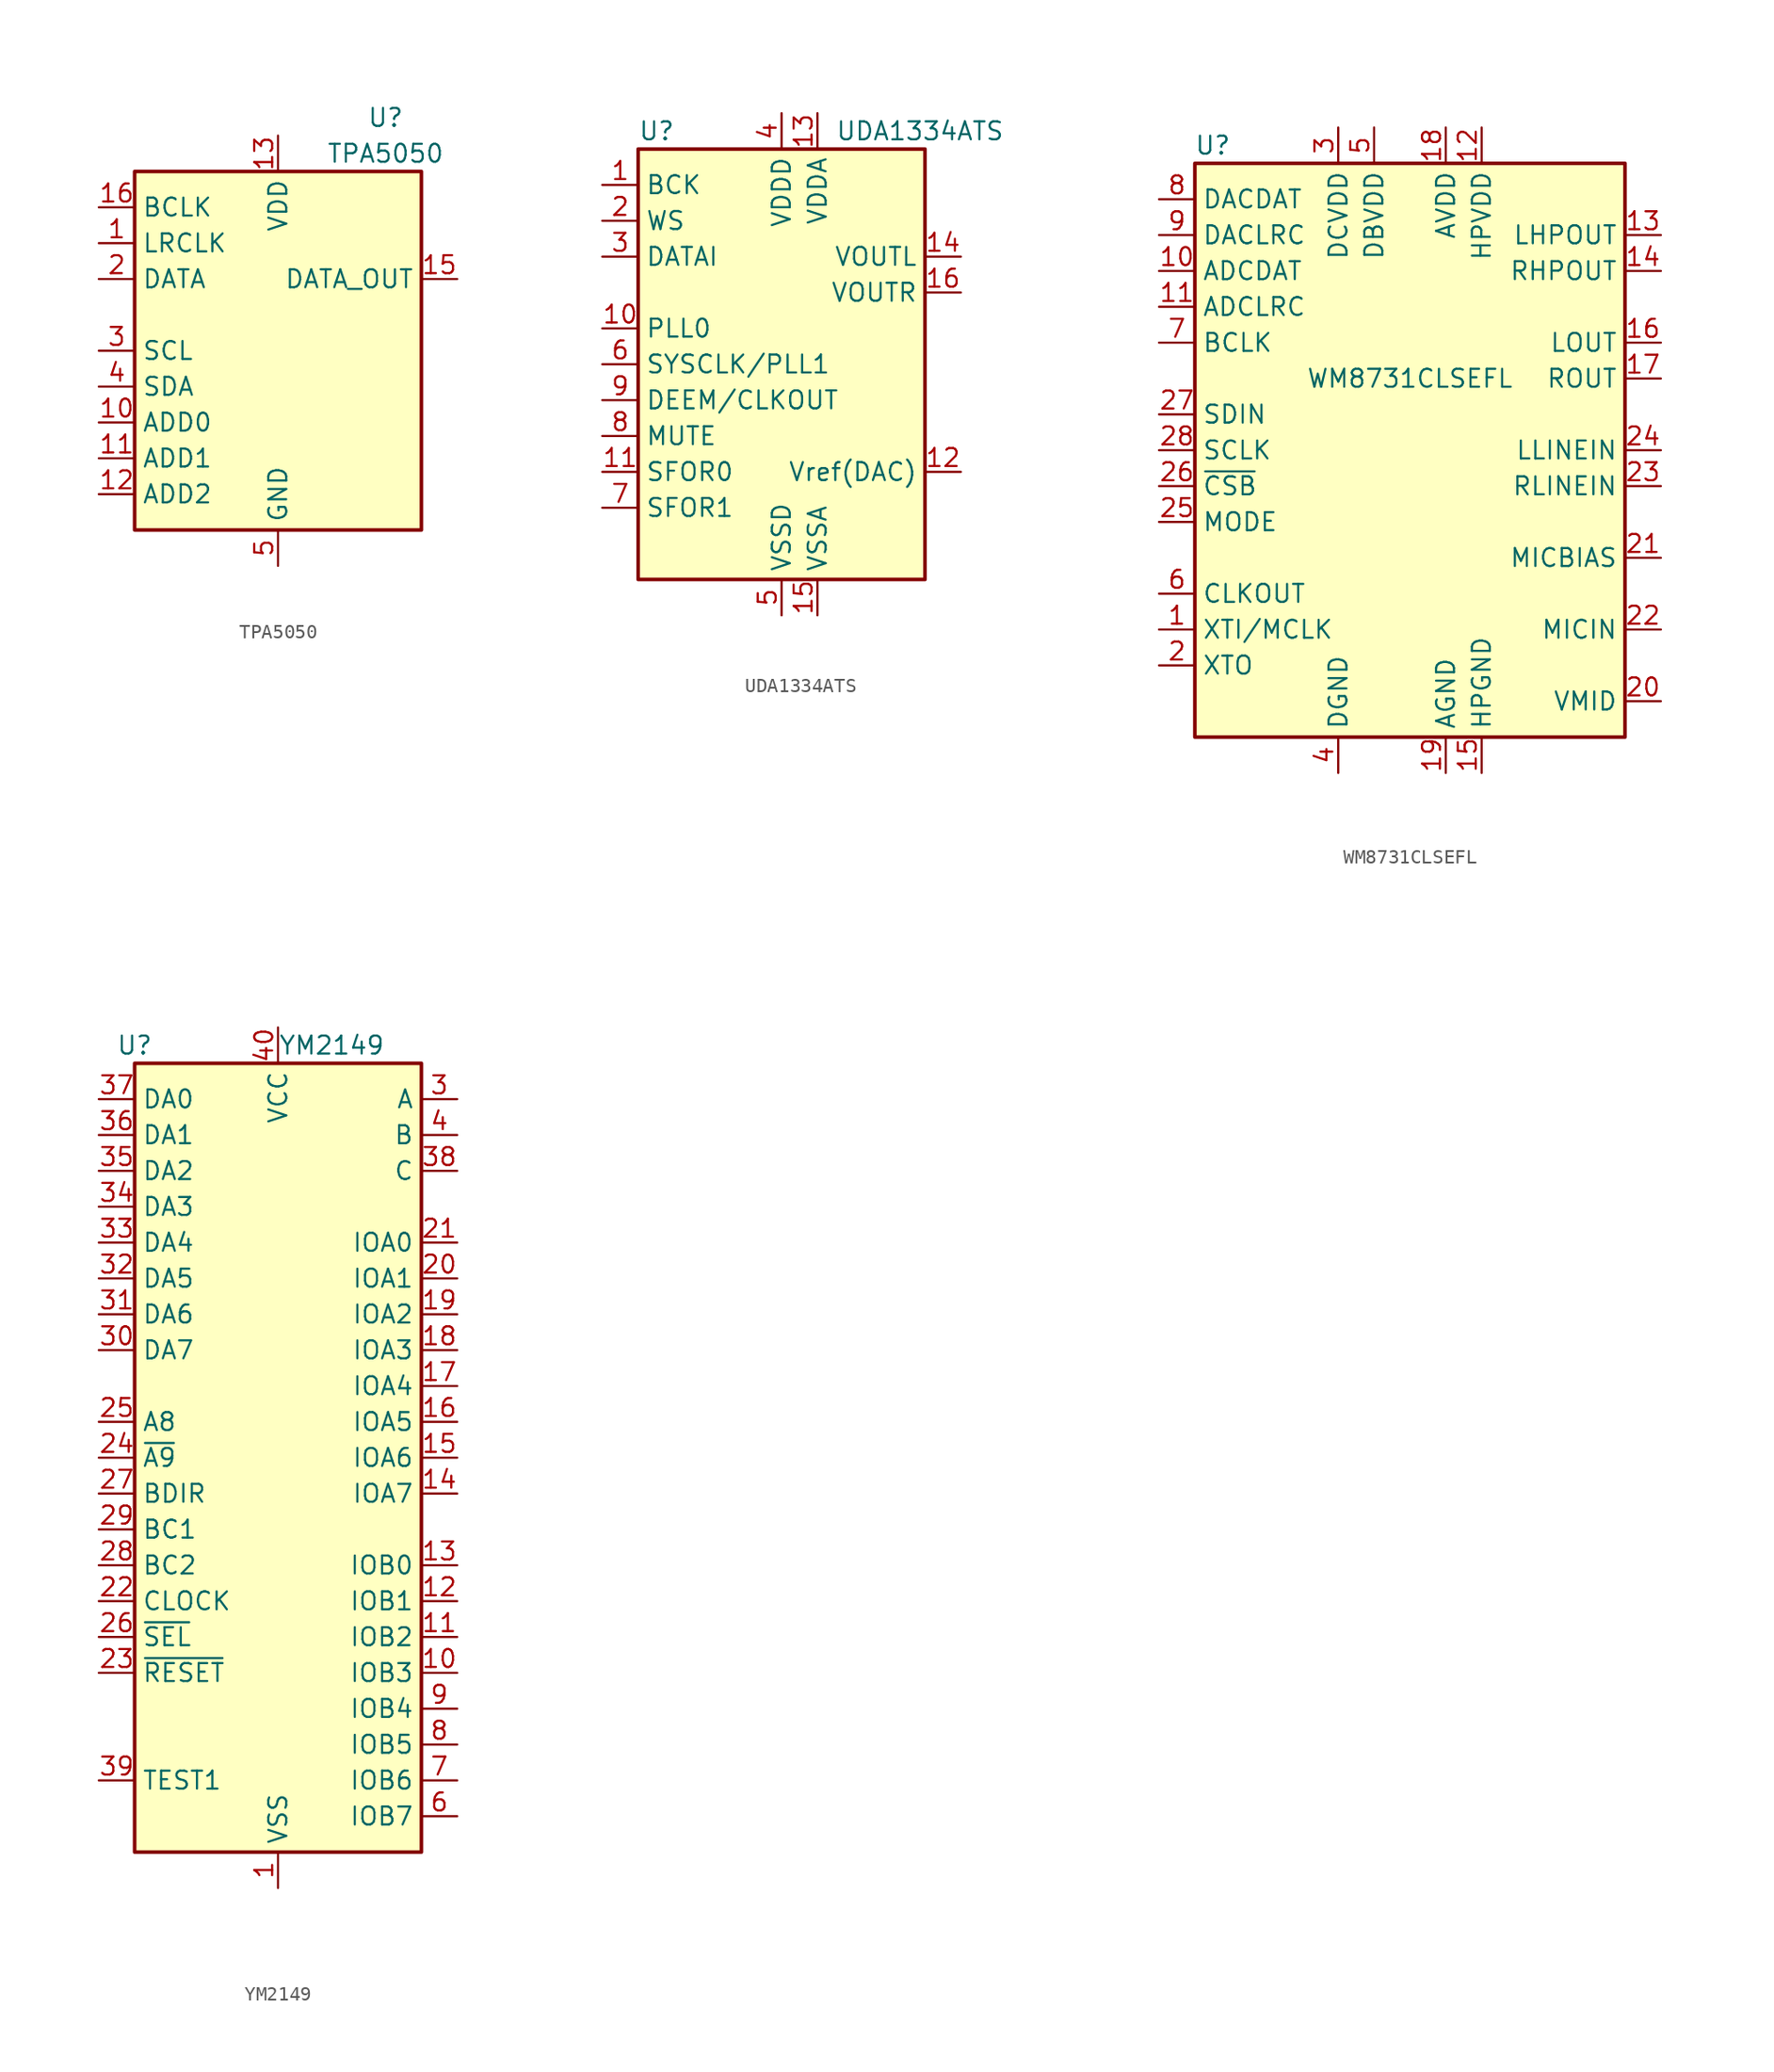
<source format=kicad_sym>
(kicad_symbol_lib
  (version 20231120)
  (generator "kicad_symbol_editor")
  (generator_version "8.0")
  (symbol "TPA5050"
    (property "Reference" "U"
      (at 7.62 16.51 0)
      (effects (font (size 1.27 1.27))))
    (property "Value" "TPA5050"
      (at 7.62 13.97 0)
      (effects (font (size 1.27 1.27))))
    (symbol "TPA5050_0_1"
      (rectangle (start -10.16 12.7) (end 10.16 -12.7) (stroke (width 0.254) (type solid)) (fill (type background))))
    (symbol "TPA5050_1_1"
      (pin input line (at -12.7 7.62 0) (length 2.54) (name "LRCLK" (effects (font (size 1.27 1.27)))) (number "1" (effects (font (size 1.27 1.27)))))
      (pin input line (at -12.7 -5.08 0) (length 2.54) (name "ADD0" (effects (font (size 1.27 1.27)))) (number "10" (effects (font (size 1.27 1.27)))))
      (pin input line (at -12.7 -7.62 0) (length 2.54) (name "ADD1" (effects (font (size 1.27 1.27)))) (number "11" (effects (font (size 1.27 1.27)))))
      (pin input line (at -12.7 -10.16 0) (length 2.54) (name "ADD2" (effects (font (size 1.27 1.27)))) (number "12" (effects (font (size 1.27 1.27)))))
      (pin power_in line (at 0 15.24 270) (length 2.54) (name "VDD" (effects (font (size 1.27 1.27)))) (number "13" (effects (font (size 1.27 1.27)))))
      (pin passive line (at 0 -15.24 90) (length 2.54) hide (name "GND" (effects (font (size 1.27 1.27)))) (number "14" (effects (font (size 1.27 1.27)))))
      (pin output line (at 12.7 5.08 180) (length 2.54) (name "DATA_OUT" (effects (font (size 1.27 1.27)))) (number "15" (effects (font (size 1.27 1.27)))))
      (pin input line (at -12.7 10.16 0) (length 2.54) (name "BCLK" (effects (font (size 1.27 1.27)))) (number "16" (effects (font (size 1.27 1.27)))))
      (pin passive line (at 0 -15.24 90) (length 2.54) hide (name "GND" (effects (font (size 1.27 1.27)))) (number "17" (effects (font (size 1.27 1.27)))))
      (pin input line (at -12.7 5.08 0) (length 2.54) (name "DATA" (effects (font (size 1.27 1.27)))) (number "2" (effects (font (size 1.27 1.27)))))
      (pin input line (at -12.7 0 0) (length 2.54) (name "SCL" (effects (font (size 1.27 1.27)))) (number "3" (effects (font (size 1.27 1.27)))))
      (pin bidirectional line (at -12.7 -2.54 0) (length 2.54) (name "SDA" (effects (font (size 1.27 1.27)))) (number "4" (effects (font (size 1.27 1.27)))))
      (pin power_in line (at 0 -15.24 90) (length 2.54) (name "GND" (effects (font (size 1.27 1.27)))) (number "5" (effects (font (size 1.27 1.27)))))
      (pin passive line (at 0 -15.24 90) (length 2.54) hide (name "GND" (effects (font (size 1.27 1.27)))) (number "6" (effects (font (size 1.27 1.27)))))
      (pin passive line (at 0 -15.24 90) (length 2.54) hide (name "GND" (effects (font (size 1.27 1.27)))) (number "7" (effects (font (size 1.27 1.27)))))
      (pin passive line (at 0 -15.24 90) (length 2.54) hide (name "GND" (effects (font (size 1.27 1.27)))) (number "8" (effects (font (size 1.27 1.27)))))
      (pin passive line (at 0 -15.24 90) (length 2.54) hide (name "GND" (effects (font (size 1.27 1.27)))) (number "9" (effects (font (size 1.27 1.27)))))))
  (symbol "UDA1334ATS"
    (property "Reference" "U"
      (at -10.16 16.51 0)
      (effects (font (size 1.27 1.27)) (justify left)))
    (property "Value" "UDA1334ATS"
      (at 3.81 16.51 0)
      (effects (font (size 1.27 1.27)) (justify left)))
    (symbol "UDA1334ATS_0_1"
      (rectangle (start -10.16 15.24) (end 10.16 -15.24) (stroke (width 0.254) (type solid)) (fill (type background))))
    (symbol "UDA1334ATS_1_1"
      (pin input line (at -12.7 12.7 0) (length 2.54) (name "BCK" (effects (font (size 1.27 1.27)))) (number "1" (effects (font (size 1.27 1.27)))))
      (pin input line (at -12.7 2.54 0) (length 2.54) (name "PLL0" (effects (font (size 1.27 1.27)))) (number "10" (effects (font (size 1.27 1.27)))))
      (pin input line (at -12.7 -7.62 0) (length 2.54) (name "SFOR0" (effects (font (size 1.27 1.27)))) (number "11" (effects (font (size 1.27 1.27)))))
      (pin passive line (at 12.7 -7.62 180) (length 2.54) (name "Vref(DAC)" (effects (font (size 1.27 1.27)))) (number "12" (effects (font (size 1.27 1.27)))))
      (pin power_in line (at 2.54 17.78 270) (length 2.54) (name "VDDA" (effects (font (size 1.27 1.27)))) (number "13" (effects (font (size 1.27 1.27)))))
      (pin output line (at 12.7 7.62 180) (length 2.54) (name "VOUTL" (effects (font (size 1.27 1.27)))) (number "14" (effects (font (size 1.27 1.27)))))
      (pin power_in line (at 2.54 -17.78 90) (length 2.54) (name "VSSA" (effects (font (size 1.27 1.27)))) (number "15" (effects (font (size 1.27 1.27)))))
      (pin output line (at 12.7 5.08 180) (length 2.54) (name "VOUTR" (effects (font (size 1.27 1.27)))) (number "16" (effects (font (size 1.27 1.27)))))
      (pin input line (at -12.7 10.16 0) (length 2.54) (name "WS" (effects (font (size 1.27 1.27)))) (number "2" (effects (font (size 1.27 1.27)))))
      (pin input line (at -12.7 7.62 0) (length 2.54) (name "DATAI" (effects (font (size 1.27 1.27)))) (number "3" (effects (font (size 1.27 1.27)))))
      (pin power_in line (at 0 17.78 270) (length 2.54) (name "VDDD" (effects (font (size 1.27 1.27)))) (number "4" (effects (font (size 1.27 1.27)))))
      (pin power_in line (at 0 -17.78 90) (length 2.54) (name "VSSD" (effects (font (size 1.27 1.27)))) (number "5" (effects (font (size 1.27 1.27)))))
      (pin input line (at -12.7 0 0) (length 2.54) (name "SYSCLK/PLL1" (effects (font (size 1.27 1.27)))) (number "6" (effects (font (size 1.27 1.27)))))
      (pin input line (at -12.7 -10.16 0) (length 2.54) (name "SFOR1" (effects (font (size 1.27 1.27)))) (number "7" (effects (font (size 1.27 1.27)))))
      (pin input line (at -12.7 -5.08 0) (length 2.54) (name "MUTE" (effects (font (size 1.27 1.27)))) (number "8" (effects (font (size 1.27 1.27)))))
      (pin bidirectional line (at -12.7 -2.54 0) (length 2.54) (name "DEEM/CLKOUT" (effects (font (size 1.27 1.27)))) (number "9" (effects (font (size 1.27 1.27)))))))
  (symbol "WM8731CLSEFL"
    (property "Reference" "U"
      (at -13.97 21.59 0)
      (effects (font (size 1.27 1.27))))
    (property "Value" "WM8731CLSEFL"
      (at 0 5.08 0)
      (effects (font (size 1.27 1.27))))
    (symbol "WM8731CLSEFL_0_1"
      (rectangle (start -15.24 20.32) (end 15.24 -20.32) (stroke (width 0.254) (type solid)) (fill (type background))))
    (symbol "WM8731CLSEFL_1_1"
      (pin input line (at -17.78 -12.7 0) (length 2.54) (name "XTI/MCLK" (effects (font (size 1.27 1.27)))) (number "1" (effects (font (size 1.27 1.27)))))
      (pin output line (at -17.78 12.7 0) (length 2.54) (name "ADCDAT" (effects (font (size 1.27 1.27)))) (number "10" (effects (font (size 1.27 1.27)))))
      (pin bidirectional line (at -17.78 10.16 0) (length 2.54) (name "ADCLRC" (effects (font (size 1.27 1.27)))) (number "11" (effects (font (size 1.27 1.27)))))
      (pin power_in line (at 5.08 22.86 270) (length 2.54) (name "HPVDD" (effects (font (size 1.27 1.27)))) (number "12" (effects (font (size 1.27 1.27)))))
      (pin output line (at 17.78 15.24 180) (length 2.54) (name "LHPOUT" (effects (font (size 1.27 1.27)))) (number "13" (effects (font (size 1.27 1.27)))))
      (pin output line (at 17.78 12.7 180) (length 2.54) (name "RHPOUT" (effects (font (size 1.27 1.27)))) (number "14" (effects (font (size 1.27 1.27)))))
      (pin power_in line (at 5.08 -22.86 90) (length 2.54) (name "HPGND" (effects (font (size 1.27 1.27)))) (number "15" (effects (font (size 1.27 1.27)))))
      (pin output line (at 17.78 7.62 180) (length 2.54) (name "LOUT" (effects (font (size 1.27 1.27)))) (number "16" (effects (font (size 1.27 1.27)))))
      (pin output line (at 17.78 5.08 180) (length 2.54) (name "ROUT" (effects (font (size 1.27 1.27)))) (number "17" (effects (font (size 1.27 1.27)))))
      (pin power_in line (at 2.54 22.86 270) (length 2.54) (name "AVDD" (effects (font (size 1.27 1.27)))) (number "18" (effects (font (size 1.27 1.27)))))
      (pin power_in line (at 2.54 -22.86 90) (length 2.54) (name "AGND" (effects (font (size 1.27 1.27)))) (number "19" (effects (font (size 1.27 1.27)))))
      (pin output line (at -17.78 -15.24 0) (length 2.54) (name "XTO" (effects (font (size 1.27 1.27)))) (number "2" (effects (font (size 1.27 1.27)))))
      (pin passive line (at 17.78 -17.78 180) (length 2.54) (name "VMID" (effects (font (size 1.27 1.27)))) (number "20" (effects (font (size 1.27 1.27)))))
      (pin output line (at 17.78 -7.62 180) (length 2.54) (name "MICBIAS" (effects (font (size 1.27 1.27)))) (number "21" (effects (font (size 1.27 1.27)))))
      (pin input line (at 17.78 -12.7 180) (length 2.54) (name "MICIN" (effects (font (size 1.27 1.27)))) (number "22" (effects (font (size 1.27 1.27)))))
      (pin input line (at 17.78 -2.54 180) (length 2.54) (name "RLINEIN" (effects (font (size 1.27 1.27)))) (number "23" (effects (font (size 1.27 1.27)))))
      (pin input line (at 17.78 0 180) (length 2.54) (name "LLINEIN" (effects (font (size 1.27 1.27)))) (number "24" (effects (font (size 1.27 1.27)))))
      (pin input line (at -17.78 -5.08 0) (length 2.54) (name "MODE" (effects (font (size 1.27 1.27)))) (number "25" (effects (font (size 1.27 1.27)))))
      (pin input line (at -17.78 -2.54 0) (length 2.54) (name "~{CSB}" (effects (font (size 1.27 1.27)))) (number "26" (effects (font (size 1.27 1.27)))))
      (pin bidirectional line (at -17.78 2.54 0) (length 2.54) (name "SDIN" (effects (font (size 1.27 1.27)))) (number "27" (effects (font (size 1.27 1.27)))))
      (pin input line (at -17.78 0 0) (length 2.54) (name "SCLK" (effects (font (size 1.27 1.27)))) (number "28" (effects (font (size 1.27 1.27)))))
      (pin passive line (at 2.54 -22.86 90) (length 2.54) hide (name "AGND" (effects (font (size 1.27 1.27)))) (number "29" (effects (font (size 1.27 1.27)))))
      (pin power_in line (at -5.08 22.86 270) (length 2.54) (name "DCVDD" (effects (font (size 1.27 1.27)))) (number "3" (effects (font (size 1.27 1.27)))))
      (pin power_in line (at -5.08 -22.86 90) (length 2.54) (name "DGND" (effects (font (size 1.27 1.27)))) (number "4" (effects (font (size 1.27 1.27)))))
      (pin power_in line (at -2.54 22.86 270) (length 2.54) (name "DBVDD" (effects (font (size 1.27 1.27)))) (number "5" (effects (font (size 1.27 1.27)))))
      (pin output line (at -17.78 -10.16 0) (length 2.54) (name "CLKOUT" (effects (font (size 1.27 1.27)))) (number "6" (effects (font (size 1.27 1.27)))))
      (pin bidirectional line (at -17.78 7.62 0) (length 2.54) (name "BCLK" (effects (font (size 1.27 1.27)))) (number "7" (effects (font (size 1.27 1.27)))))
      (pin input line (at -17.78 17.78 0) (length 2.54) (name "DACDAT" (effects (font (size 1.27 1.27)))) (number "8" (effects (font (size 1.27 1.27)))))
      (pin bidirectional line (at -17.78 15.24 0) (length 2.54) (name "DACLRC" (effects (font (size 1.27 1.27)))) (number "9" (effects (font (size 1.27 1.27)))))))
  (symbol "YM2149"
    (property "Reference" "U"
      (at -10.16 29.21 0)
      (effects (font (size 1.27 1.27))))
    (property "Value" "YM2149"
      (at 3.81 29.21 0)
      (effects (font (size 1.27 1.27))))
    (symbol "YM2149_0_1"
      (rectangle (start -10.16 27.94) (end 10.16 -27.94) (stroke (width 0.254) (type solid)) (fill (type background))))
    (symbol "YM2149_1_1"
      (pin power_in line (at 0 -30.48 90) (length 2.54) (name "VSS" (effects (font (size 1.27 1.27)))) (number "1" (effects (font (size 1.27 1.27)))))
      (pin bidirectional line (at 12.7 -15.24 180) (length 2.54) (name "IOB3" (effects (font (size 1.27 1.27)))) (number "10" (effects (font (size 1.27 1.27)))))
      (pin bidirectional line (at 12.7 -12.7 180) (length 2.54) (name "IOB2" (effects (font (size 1.27 1.27)))) (number "11" (effects (font (size 1.27 1.27)))))
      (pin bidirectional line (at 12.7 -10.16 180) (length 2.54) (name "IOB1" (effects (font (size 1.27 1.27)))) (number "12" (effects (font (size 1.27 1.27)))))
      (pin bidirectional line (at 12.7 -7.62 180) (length 2.54) (name "IOB0" (effects (font (size 1.27 1.27)))) (number "13" (effects (font (size 1.27 1.27)))))
      (pin bidirectional line (at 12.7 -2.54 180) (length 2.54) (name "IOA7" (effects (font (size 1.27 1.27)))) (number "14" (effects (font (size 1.27 1.27)))))
      (pin bidirectional line (at 12.7 0 180) (length 2.54) (name "IOA6" (effects (font (size 1.27 1.27)))) (number "15" (effects (font (size 1.27 1.27)))))
      (pin bidirectional line (at 12.7 2.54 180) (length 2.54) (name "IOA5" (effects (font (size 1.27 1.27)))) (number "16" (effects (font (size 1.27 1.27)))))
      (pin bidirectional line (at 12.7 5.08 180) (length 2.54) (name "IOA4" (effects (font (size 1.27 1.27)))) (number "17" (effects (font (size 1.27 1.27)))))
      (pin bidirectional line (at 12.7 7.62 180) (length 2.54) (name "IOA3" (effects (font (size 1.27 1.27)))) (number "18" (effects (font (size 1.27 1.27)))))
      (pin bidirectional line (at 12.7 10.16 180) (length 2.54) (name "IOA2" (effects (font (size 1.27 1.27)))) (number "19" (effects (font (size 1.27 1.27)))))
      (pin no_connect line (at -10.16 -17.78 0) (length 2.54) hide (name "NC" (effects (font (size 1.27 1.27)))) (number "2" (effects (font (size 1.27 1.27)))))
      (pin bidirectional line (at 12.7 12.7 180) (length 2.54) (name "IOA1" (effects (font (size 1.27 1.27)))) (number "20" (effects (font (size 1.27 1.27)))))
      (pin bidirectional line (at 12.7 15.24 180) (length 2.54) (name "IOA0" (effects (font (size 1.27 1.27)))) (number "21" (effects (font (size 1.27 1.27)))))
      (pin input line (at -12.7 -10.16 0) (length 2.54) (name "CLOCK" (effects (font (size 1.27 1.27)))) (number "22" (effects (font (size 1.27 1.27)))))
      (pin input line (at -12.7 -15.24 0) (length 2.54) (name "~{RESET}" (effects (font (size 1.27 1.27)))) (number "23" (effects (font (size 1.27 1.27)))))
      (pin input line (at -12.7 0 0) (length 2.54) (name "~{A9}" (effects (font (size 1.27 1.27)))) (number "24" (effects (font (size 1.27 1.27)))))
      (pin input line (at -12.7 2.54 0) (length 2.54) (name "A8" (effects (font (size 1.27 1.27)))) (number "25" (effects (font (size 1.27 1.27)))))
      (pin input line (at -12.7 -12.7 0) (length 2.54) (name "~{SEL}" (effects (font (size 1.27 1.27)))) (number "26" (effects (font (size 1.27 1.27)))))
      (pin input line (at -12.7 -2.54 0) (length 2.54) (name "BDIR" (effects (font (size 1.27 1.27)))) (number "27" (effects (font (size 1.27 1.27)))))
      (pin input line (at -12.7 -7.62 0) (length 2.54) (name "BC2" (effects (font (size 1.27 1.27)))) (number "28" (effects (font (size 1.27 1.27)))))
      (pin input line (at -12.7 -5.08 0) (length 2.54) (name "BC1" (effects (font (size 1.27 1.27)))) (number "29" (effects (font (size 1.27 1.27)))))
      (pin output line (at 12.7 25.4 180) (length 2.54) (name "A" (effects (font (size 1.27 1.27)))) (number "3" (effects (font (size 1.27 1.27)))))
      (pin bidirectional line (at -12.7 7.62 0) (length 2.54) (name "DA7" (effects (font (size 1.27 1.27)))) (number "30" (effects (font (size 1.27 1.27)))))
      (pin bidirectional line (at -12.7 10.16 0) (length 2.54) (name "DA6" (effects (font (size 1.27 1.27)))) (number "31" (effects (font (size 1.27 1.27)))))
      (pin bidirectional line (at -12.7 12.7 0) (length 2.54) (name "DA5" (effects (font (size 1.27 1.27)))) (number "32" (effects (font (size 1.27 1.27)))))
      (pin bidirectional line (at -12.7 15.24 0) (length 2.54) (name "DA4" (effects (font (size 1.27 1.27)))) (number "33" (effects (font (size 1.27 1.27)))))
      (pin bidirectional line (at -12.7 17.78 0) (length 2.54) (name "DA3" (effects (font (size 1.27 1.27)))) (number "34" (effects (font (size 1.27 1.27)))))
      (pin bidirectional line (at -12.7 20.32 0) (length 2.54) (name "DA2" (effects (font (size 1.27 1.27)))) (number "35" (effects (font (size 1.27 1.27)))))
      (pin bidirectional line (at -12.7 22.86 0) (length 2.54) (name "DA1" (effects (font (size 1.27 1.27)))) (number "36" (effects (font (size 1.27 1.27)))))
      (pin bidirectional line (at -12.7 25.4 0) (length 2.54) (name "DA0" (effects (font (size 1.27 1.27)))) (number "37" (effects (font (size 1.27 1.27)))))
      (pin output line (at 12.7 20.32 180) (length 2.54) (name "C" (effects (font (size 1.27 1.27)))) (number "38" (effects (font (size 1.27 1.27)))))
      (pin passive line (at -12.7 -22.86 0) (length 2.54) (name "TEST1" (effects (font (size 1.27 1.27)))) (number "39" (effects (font (size 1.27 1.27)))))
      (pin output line (at 12.7 22.86 180) (length 2.54) (name "B" (effects (font (size 1.27 1.27)))) (number "4" (effects (font (size 1.27 1.27)))))
      (pin power_in line (at 0 30.48 270) (length 2.54) (name "VCC" (effects (font (size 1.27 1.27)))) (number "40" (effects (font (size 1.27 1.27)))))
      (pin no_connect line (at -10.16 -20.32 0) (length 2.54) hide (name "NC" (effects (font (size 1.27 1.27)))) (number "5" (effects (font (size 1.27 1.27)))))
      (pin bidirectional line (at 12.7 -25.4 180) (length 2.54) (name "IOB7" (effects (font (size 1.27 1.27)))) (number "6" (effects (font (size 1.27 1.27)))))
      (pin bidirectional line (at 12.7 -22.86 180) (length 2.54) (name "IOB6" (effects (font (size 1.27 1.27)))) (number "7" (effects (font (size 1.27 1.27)))))
      (pin bidirectional line (at 12.7 -20.32 180) (length 2.54) (name "IOB5" (effects (font (size 1.27 1.27)))) (number "8" (effects (font (size 1.27 1.27)))))
      (pin bidirectional line (at 12.7 -17.78 180) (length 2.54) (name "IOB4" (effects (font (size 1.27 1.27)))) (number "9" (effects (font (size 1.27 1.27))))))))
</source>
